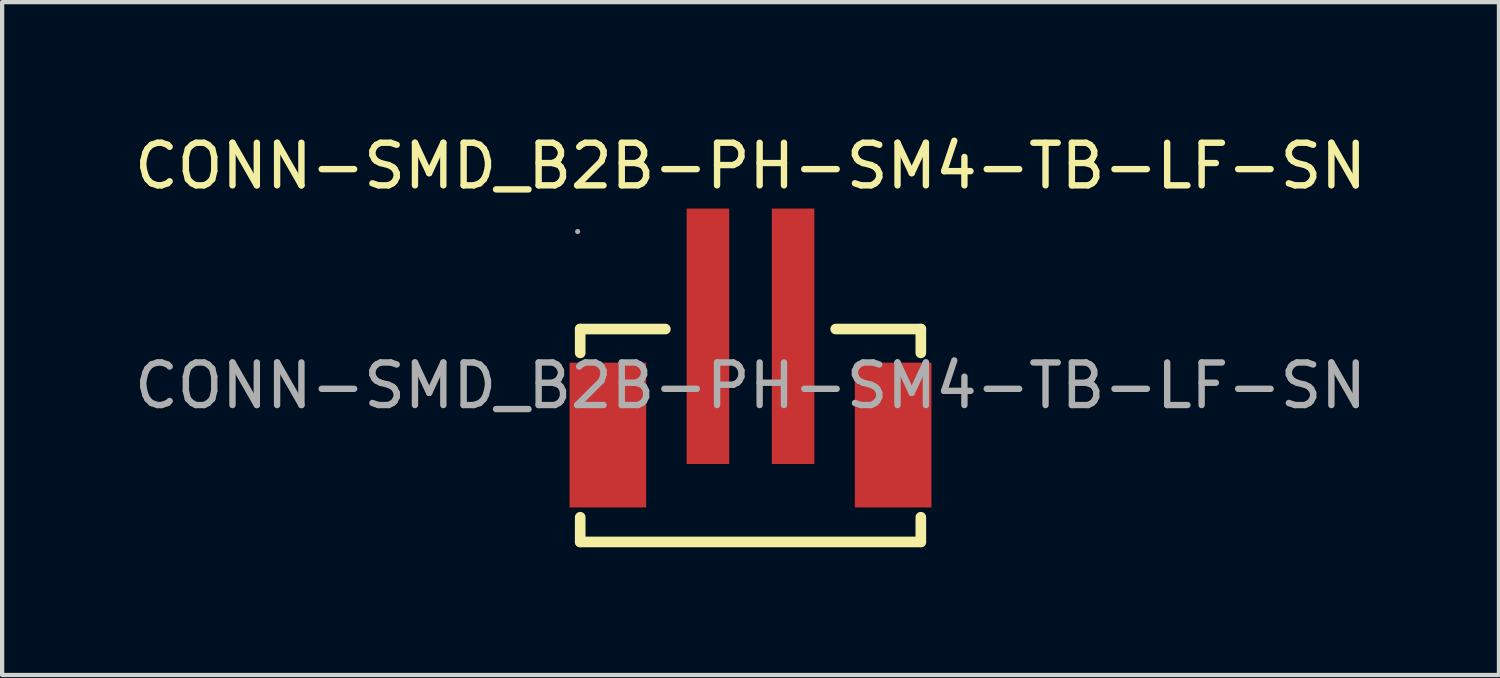
<source format=kicad_pcb>
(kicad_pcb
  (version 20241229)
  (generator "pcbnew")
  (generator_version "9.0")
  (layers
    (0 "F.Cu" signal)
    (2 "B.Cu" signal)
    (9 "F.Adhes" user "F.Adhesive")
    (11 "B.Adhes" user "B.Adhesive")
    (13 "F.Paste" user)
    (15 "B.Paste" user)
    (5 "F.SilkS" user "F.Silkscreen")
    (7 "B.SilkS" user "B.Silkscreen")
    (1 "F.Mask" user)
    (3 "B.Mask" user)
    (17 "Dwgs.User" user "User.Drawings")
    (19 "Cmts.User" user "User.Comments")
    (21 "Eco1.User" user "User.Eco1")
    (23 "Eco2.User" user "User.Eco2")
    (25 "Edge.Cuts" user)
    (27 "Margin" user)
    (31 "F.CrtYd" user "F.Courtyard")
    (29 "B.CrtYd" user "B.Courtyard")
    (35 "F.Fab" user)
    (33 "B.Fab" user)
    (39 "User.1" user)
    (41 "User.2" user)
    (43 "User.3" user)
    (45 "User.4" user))
  (footprint "CONN-SMD_B2B-PH-SM4-TB-LF-SN"
    (layer "F.Cu")
    (at 14.577 6.008)
    (property "Reference" "CONN-SMD_B2B-PH-SM4-TB-LF-SN" (at 0 -5.16 0) (layer "F.SilkS") (effects (font (size 1 1) (thickness 0.15))))
    (attr smd)
    (fp_line (start -4 -1.33) (end -4 -0.77) (stroke (width 0.25) (type solid)) (layer "F.SilkS"))
    (fp_line (start -4 -1.33) (end -2 -1.33) (stroke (width 0.25) (type solid)) (layer "F.SilkS"))
    (fp_line (start -4 3.09) (end -4 3.67) (stroke (width 0.25) (type solid)) (layer "F.SilkS"))
    (fp_line (start 2 -1.33) (end 4 -1.33) (stroke (width 0.25) (type solid)) (layer "F.SilkS"))
    (fp_line (start 4 -0.77) (end 4 -1.33) (stroke (width 0.25) (type solid)) (layer "F.SilkS"))
    (fp_line (start 4 3.67) (end -4 3.67) (stroke (width 0.25) (type solid)) (layer "F.SilkS"))
    (fp_line (start 4 3.67) (end 4 3.09) (stroke (width 0.25) (type solid)) (layer "F.SilkS"))
    (fp_circle (center -4.06 -3.62) (end -4.03 -3.62) (stroke (width 0.06) (type solid)) (fill no) (layer "F.Fab"))
    (fp_text user "${REFERENCE}" (at 0 0 0) (layer "F.Fab") (effects (font (size 1 1) (thickness 0.15))))
    (pad "1" smd rect (at 1 -1.16) (size 1 6) (layers "F.Cu" "F.Mask" "F.Paste"))
    (pad "2" smd rect (at -1 -1.16) (size 1 6) (layers "F.Cu" "F.Mask" "F.Paste"))
    (pad "3" smd rect (at -3.35 1.16) (size 1.8 3.4) (layers "F.Cu" "F.Mask" "F.Paste"))
    (pad "4" smd rect (at 3.35 1.16) (size 1.8 3.4) (layers "F.Cu" "F.Mask" "F.Paste")))
  (gr_rect
    (start -3 -3)
    (end 32.155 12.803)
    (stroke (width 0.1) (type default))
    (fill no)
    (layer "Edge.Cuts")))
</source>
